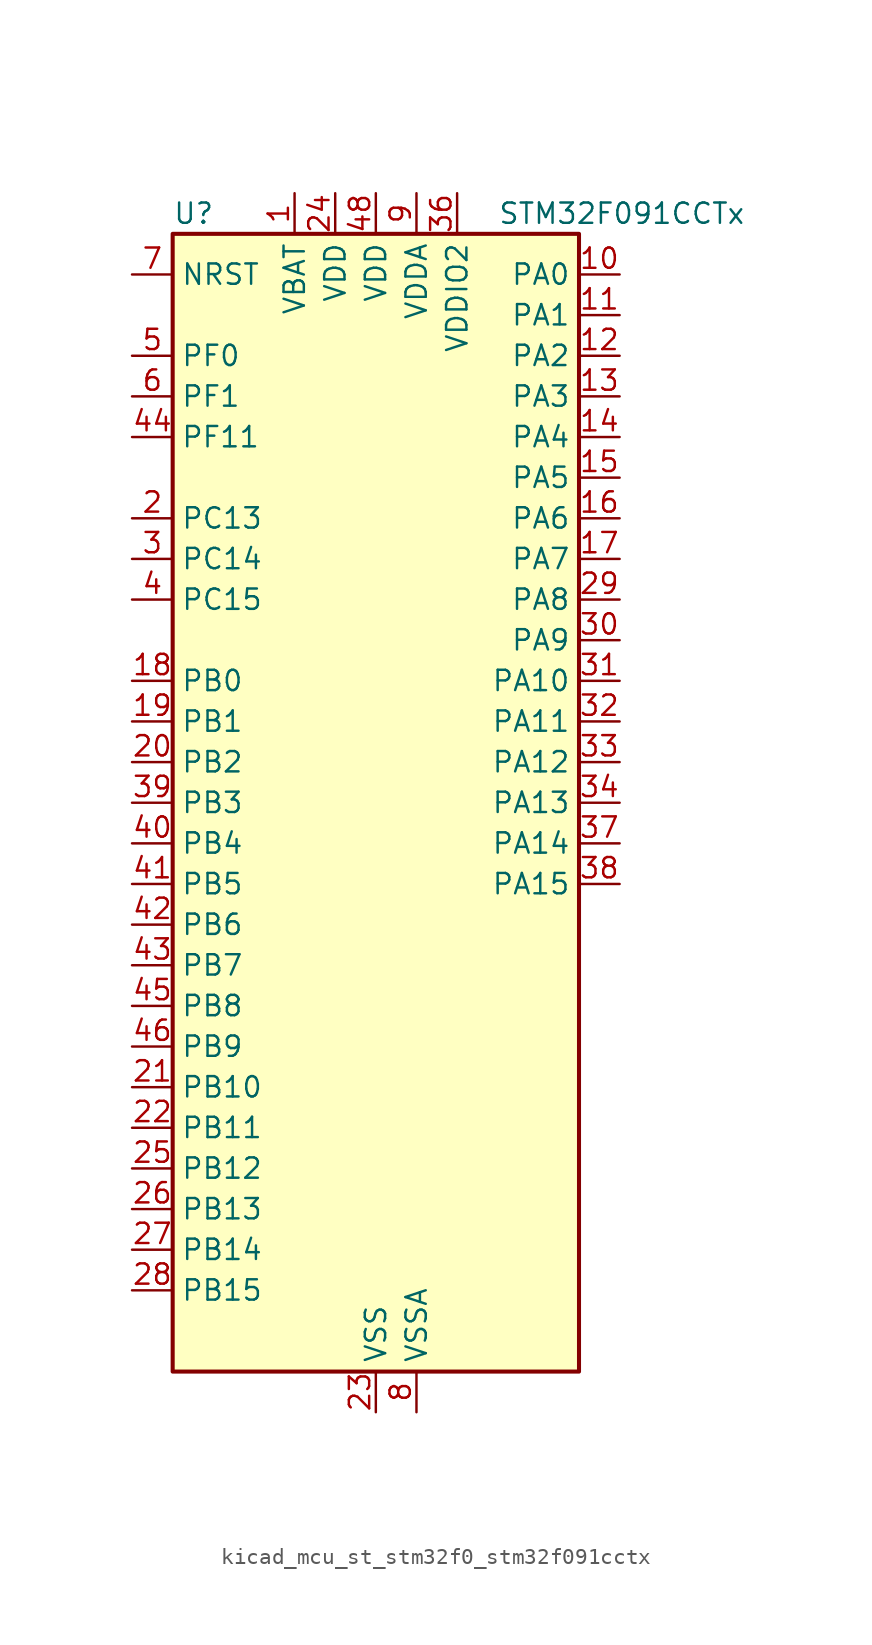
<source format=kicad_sym>
(kicad_symbol_lib
  (version 20220914)
  (generator kicad_symbol_editor)
  (symbol "kicad_mcu_st_stm32f0_stm32f091cctx"
    (property "Reference" "U"
      (at -12.7 36.83 0)
      (effects (font (size 1.27 1.27)) (justify left)))
    (property "Value" "STM32F091CCTx"
      (at 7.62 36.83 0)
      (effects (font (size 1.27 1.27)) (justify left)))
    (property "ki_locked" ""
      (at 0 0 0)
      (effects (font (size 1.27 1.27))))
    (symbol "kicad_mcu_st_stm32f0_stm32f091cctx_0_1"
      (rectangle (start -12.7 -35.56) (end 12.7 35.56) (stroke (width 0.254) (type default)) (fill (type background))))
    (symbol "kicad_mcu_st_stm32f0_stm32f091cctx_1_1"
      (pin power_in line (at -5.08 38.1 270) (length 2.54) (name "VBAT" (effects (font (size 1.27 1.27)))) (number "1" (effects (font (size 1.27 1.27)))))
      (pin bidirectional line (at 15.24 33.02 180) (length 2.54) (name "PA0" (effects (font (size 1.27 1.27)))) (number "10" (effects (font (size 1.27 1.27)))) (alternate "ADC_IN0" bidirectional line) (alternate "COMP1_INM" bidirectional line) (alternate "COMP1_OUT" bidirectional line) (alternate "RTC_TAMP2" bidirectional line) (alternate "SYS_WKUP1" bidirectional line) (alternate "TIM2_CH1" bidirectional line) (alternate "TIM2_ETR" bidirectional line) (alternate "TSC_G1_IO1" bidirectional line) (alternate "USART2_CTS" bidirectional line) (alternate "USART4_TX" bidirectional line))
      (pin bidirectional line (at 15.24 30.48 180) (length 2.54) (name "PA1" (effects (font (size 1.27 1.27)))) (number "11" (effects (font (size 1.27 1.27)))) (alternate "ADC_IN1" bidirectional line) (alternate "COMP1_INP" bidirectional line) (alternate "TIM15_CH1N" bidirectional line) (alternate "TIM2_CH2" bidirectional line) (alternate "TSC_G1_IO2" bidirectional line) (alternate "USART2_DE" bidirectional line) (alternate "USART2_RTS" bidirectional line) (alternate "USART4_RX" bidirectional line))
      (pin bidirectional line (at 15.24 27.94 180) (length 2.54) (name "PA2" (effects (font (size 1.27 1.27)))) (number "12" (effects (font (size 1.27 1.27)))) (alternate "ADC_IN2" bidirectional line) (alternate "COMP2_INM" bidirectional line) (alternate "COMP2_OUT" bidirectional line) (alternate "SYS_WKUP4" bidirectional line) (alternate "TIM15_CH1" bidirectional line) (alternate "TIM2_CH3" bidirectional line) (alternate "TSC_G1_IO3" bidirectional line) (alternate "USART2_TX" bidirectional line))
      (pin bidirectional line (at 15.24 25.4 180) (length 2.54) (name "PA3" (effects (font (size 1.27 1.27)))) (number "13" (effects (font (size 1.27 1.27)))) (alternate "ADC_IN3" bidirectional line) (alternate "COMP2_INP" bidirectional line) (alternate "TIM15_CH2" bidirectional line) (alternate "TIM2_CH4" bidirectional line) (alternate "TSC_G1_IO4" bidirectional line) (alternate "USART2_RX" bidirectional line))
      (pin bidirectional line (at 15.24 22.86 180) (length 2.54) (name "PA4" (effects (font (size 1.27 1.27)))) (number "14" (effects (font (size 1.27 1.27)))) (alternate "ADC_IN4" bidirectional line) (alternate "COMP1_INM" bidirectional line) (alternate "COMP2_INM" bidirectional line) (alternate "DAC_OUT1" bidirectional line) (alternate "I2S1_WS" bidirectional line) (alternate "SPI1_NSS" bidirectional line) (alternate "TIM14_CH1" bidirectional line) (alternate "TSC_G2_IO1" bidirectional line) (alternate "USART2_CK" bidirectional line) (alternate "USART6_TX" bidirectional line))
      (pin bidirectional line (at 15.24 20.32 180) (length 2.54) (name "PA5" (effects (font (size 1.27 1.27)))) (number "15" (effects (font (size 1.27 1.27)))) (alternate "ADC_IN5" bidirectional line) (alternate "CEC" bidirectional line) (alternate "COMP1_INM" bidirectional line) (alternate "COMP2_INM" bidirectional line) (alternate "DAC_OUT2" bidirectional line) (alternate "I2S1_CK" bidirectional line) (alternate "SPI1_SCK" bidirectional line) (alternate "TIM2_CH1" bidirectional line) (alternate "TIM2_ETR" bidirectional line) (alternate "TSC_G2_IO2" bidirectional line) (alternate "USART6_RX" bidirectional line))
      (pin bidirectional line (at 15.24 17.78 180) (length 2.54) (name "PA6" (effects (font (size 1.27 1.27)))) (number "16" (effects (font (size 1.27 1.27)))) (alternate "ADC_IN6" bidirectional line) (alternate "COMP1_OUT" bidirectional line) (alternate "I2S1_MCK" bidirectional line) (alternate "SPI1_MISO" bidirectional line) (alternate "TIM16_CH1" bidirectional line) (alternate "TIM1_BKIN" bidirectional line) (alternate "TIM3_CH1" bidirectional line) (alternate "TSC_G2_IO3" bidirectional line) (alternate "USART3_CTS" bidirectional line))
      (pin bidirectional line (at 15.24 15.24 180) (length 2.54) (name "PA7" (effects (font (size 1.27 1.27)))) (number "17" (effects (font (size 1.27 1.27)))) (alternate "ADC_IN7" bidirectional line) (alternate "COMP2_OUT" bidirectional line) (alternate "I2S1_SD" bidirectional line) (alternate "SPI1_MOSI" bidirectional line) (alternate "TIM14_CH1" bidirectional line) (alternate "TIM17_CH1" bidirectional line) (alternate "TIM1_CH1N" bidirectional line) (alternate "TIM3_CH2" bidirectional line) (alternate "TSC_G2_IO4" bidirectional line))
      (pin bidirectional line (at -15.24 7.62 0) (length 2.54) (name "PB0" (effects (font (size 1.27 1.27)))) (number "18" (effects (font (size 1.27 1.27)))) (alternate "ADC_IN8" bidirectional line) (alternate "TIM1_CH2N" bidirectional line) (alternate "TIM3_CH3" bidirectional line) (alternate "TSC_G3_IO2" bidirectional line) (alternate "USART3_CK" bidirectional line))
      (pin bidirectional line (at -15.24 5.08 0) (length 2.54) (name "PB1" (effects (font (size 1.27 1.27)))) (number "19" (effects (font (size 1.27 1.27)))) (alternate "ADC_IN9" bidirectional line) (alternate "TIM14_CH1" bidirectional line) (alternate "TIM1_CH3N" bidirectional line) (alternate "TIM3_CH4" bidirectional line) (alternate "TSC_G3_IO3" bidirectional line) (alternate "USART3_DE" bidirectional line) (alternate "USART3_RTS" bidirectional line))
      (pin bidirectional line (at -15.24 17.78 0) (length 2.54) (name "PC13" (effects (font (size 1.27 1.27)))) (number "2" (effects (font (size 1.27 1.27)))) (alternate "RTC_OUT_ALARM" bidirectional line) (alternate "RTC_OUT_CALIB" bidirectional line) (alternate "RTC_TAMP1" bidirectional line) (alternate "RTC_TS" bidirectional line) (alternate "SYS_WKUP2" bidirectional line))
      (pin bidirectional line (at -15.24 2.54 0) (length 2.54) (name "PB2" (effects (font (size 1.27 1.27)))) (number "20" (effects (font (size 1.27 1.27)))) (alternate "TSC_G3_IO4" bidirectional line))
      (pin bidirectional line (at -15.24 -17.78 0) (length 2.54) (name "PB10" (effects (font (size 1.27 1.27)))) (number "21" (effects (font (size 1.27 1.27)))) (alternate "CEC" bidirectional line) (alternate "I2C2_SCL" bidirectional line) (alternate "I2S2_CK" bidirectional line) (alternate "SPI2_SCK" bidirectional line) (alternate "TIM2_CH3" bidirectional line) (alternate "TSC_SYNC" bidirectional line) (alternate "USART3_TX" bidirectional line))
      (pin bidirectional line (at -15.24 -20.32 0) (length 2.54) (name "PB11" (effects (font (size 1.27 1.27)))) (number "22" (effects (font (size 1.27 1.27)))) (alternate "I2C2_SDA" bidirectional line) (alternate "TIM2_CH4" bidirectional line) (alternate "TSC_G6_IO1" bidirectional line) (alternate "USART3_RX" bidirectional line))
      (pin power_in line (at 0 -38.1 90) (length 2.54) (name "VSS" (effects (font (size 1.27 1.27)))) (number "23" (effects (font (size 1.27 1.27)))))
      (pin power_in line (at -2.54 38.1 270) (length 2.54) (name "VDD" (effects (font (size 1.27 1.27)))) (number "24" (effects (font (size 1.27 1.27)))))
      (pin bidirectional line (at -15.24 -22.86 0) (length 2.54) (name "PB12" (effects (font (size 1.27 1.27)))) (number "25" (effects (font (size 1.27 1.27)))) (alternate "I2S2_WS" bidirectional line) (alternate "SPI2_NSS" bidirectional line) (alternate "TIM15_BKIN" bidirectional line) (alternate "TIM1_BKIN" bidirectional line) (alternate "TSC_G6_IO2" bidirectional line) (alternate "USART3_CK" bidirectional line))
      (pin bidirectional line (at -15.24 -25.4 0) (length 2.54) (name "PB13" (effects (font (size 1.27 1.27)))) (number "26" (effects (font (size 1.27 1.27)))) (alternate "I2C2_SCL" bidirectional line) (alternate "I2S2_CK" bidirectional line) (alternate "SPI2_SCK" bidirectional line) (alternate "TIM1_CH1N" bidirectional line) (alternate "TSC_G6_IO3" bidirectional line) (alternate "USART3_CTS" bidirectional line))
      (pin bidirectional line (at -15.24 -27.94 0) (length 2.54) (name "PB14" (effects (font (size 1.27 1.27)))) (number "27" (effects (font (size 1.27 1.27)))) (alternate "I2C2_SDA" bidirectional line) (alternate "I2S2_MCK" bidirectional line) (alternate "SPI2_MISO" bidirectional line) (alternate "TIM15_CH1" bidirectional line) (alternate "TIM1_CH2N" bidirectional line) (alternate "TSC_G6_IO4" bidirectional line) (alternate "USART3_DE" bidirectional line) (alternate "USART3_RTS" bidirectional line))
      (pin bidirectional line (at -15.24 -30.48 0) (length 2.54) (name "PB15" (effects (font (size 1.27 1.27)))) (number "28" (effects (font (size 1.27 1.27)))) (alternate "I2S2_SD" bidirectional line) (alternate "RTC_REFIN" bidirectional line) (alternate "SPI2_MOSI" bidirectional line) (alternate "SYS_WKUP7" bidirectional line) (alternate "TIM15_CH1N" bidirectional line) (alternate "TIM15_CH2" bidirectional line) (alternate "TIM1_CH3N" bidirectional line))
      (pin bidirectional line (at 15.24 12.7 180) (length 2.54) (name "PA8" (effects (font (size 1.27 1.27)))) (number "29" (effects (font (size 1.27 1.27)))) (alternate "CRS_SYNC" bidirectional line) (alternate "RCC_MCO" bidirectional line) (alternate "TIM1_CH1" bidirectional line) (alternate "USART1_CK" bidirectional line))
      (pin bidirectional line (at -15.24 15.24 0) (length 2.54) (name "PC14" (effects (font (size 1.27 1.27)))) (number "3" (effects (font (size 1.27 1.27)))) (alternate "RCC_OSC32_IN" bidirectional line))
      (pin bidirectional line (at 15.24 10.16 180) (length 2.54) (name "PA9" (effects (font (size 1.27 1.27)))) (number "30" (effects (font (size 1.27 1.27)))) (alternate "DAC_EXTI9" bidirectional line) (alternate "I2C1_SCL" bidirectional line) (alternate "RCC_MCO" bidirectional line) (alternate "TIM15_BKIN" bidirectional line) (alternate "TIM1_CH2" bidirectional line) (alternate "TSC_G4_IO1" bidirectional line) (alternate "USART1_TX" bidirectional line))
      (pin bidirectional line (at 15.24 7.62 180) (length 2.54) (name "PA10" (effects (font (size 1.27 1.27)))) (number "31" (effects (font (size 1.27 1.27)))) (alternate "I2C1_SDA" bidirectional line) (alternate "TIM17_BKIN" bidirectional line) (alternate "TIM1_CH3" bidirectional line) (alternate "TSC_G4_IO2" bidirectional line) (alternate "USART1_RX" bidirectional line))
      (pin bidirectional line (at 15.24 5.08 180) (length 2.54) (name "PA11" (effects (font (size 1.27 1.27)))) (number "32" (effects (font (size 1.27 1.27)))) (alternate "CAN_RX" bidirectional line) (alternate "COMP1_OUT" bidirectional line) (alternate "I2C2_SCL" bidirectional line) (alternate "TIM1_CH4" bidirectional line) (alternate "TSC_G4_IO3" bidirectional line) (alternate "USART1_CTS" bidirectional line))
      (pin bidirectional line (at 15.24 2.54 180) (length 2.54) (name "PA12" (effects (font (size 1.27 1.27)))) (number "33" (effects (font (size 1.27 1.27)))) (alternate "CAN_TX" bidirectional line) (alternate "COMP2_OUT" bidirectional line) (alternate "I2C2_SDA" bidirectional line) (alternate "TIM1_ETR" bidirectional line) (alternate "TSC_G4_IO4" bidirectional line) (alternate "USART1_DE" bidirectional line) (alternate "USART1_RTS" bidirectional line))
      (pin bidirectional line (at 15.24 0 180) (length 2.54) (name "PA13" (effects (font (size 1.27 1.27)))) (number "34" (effects (font (size 1.27 1.27)))) (alternate "IR_OUT" bidirectional line) (alternate "SYS_SWDIO" bidirectional line))
      (pin passive line (at 0 -38.1 90) (length 2.54) hide (name "VSS" (effects (font (size 1.27 1.27)))) (number "35" (effects (font (size 1.27 1.27)))))
      (pin power_in line (at 5.08 38.1 270) (length 2.54) (name "VDDIO2" (effects (font (size 1.27 1.27)))) (number "36" (effects (font (size 1.27 1.27)))))
      (pin bidirectional line (at 15.24 -2.54 180) (length 2.54) (name "PA14" (effects (font (size 1.27 1.27)))) (number "37" (effects (font (size 1.27 1.27)))) (alternate "SYS_SWCLK" bidirectional line) (alternate "USART2_TX" bidirectional line))
      (pin bidirectional line (at 15.24 -5.08 180) (length 2.54) (name "PA15" (effects (font (size 1.27 1.27)))) (number "38" (effects (font (size 1.27 1.27)))) (alternate "I2S1_WS" bidirectional line) (alternate "SPI1_NSS" bidirectional line) (alternate "TIM2_CH1" bidirectional line) (alternate "TIM2_ETR" bidirectional line) (alternate "USART2_RX" bidirectional line) (alternate "USART4_DE" bidirectional line) (alternate "USART4_RTS" bidirectional line))
      (pin bidirectional line (at -15.24 0 0) (length 2.54) (name "PB3" (effects (font (size 1.27 1.27)))) (number "39" (effects (font (size 1.27 1.27)))) (alternate "I2S1_CK" bidirectional line) (alternate "SPI1_SCK" bidirectional line) (alternate "TIM2_CH2" bidirectional line) (alternate "TSC_G5_IO1" bidirectional line) (alternate "USART5_TX" bidirectional line))
      (pin bidirectional line (at -15.24 12.7 0) (length 2.54) (name "PC15" (effects (font (size 1.27 1.27)))) (number "4" (effects (font (size 1.27 1.27)))) (alternate "RCC_OSC32_OUT" bidirectional line))
      (pin bidirectional line (at -15.24 -2.54 0) (length 2.54) (name "PB4" (effects (font (size 1.27 1.27)))) (number "40" (effects (font (size 1.27 1.27)))) (alternate "I2S1_MCK" bidirectional line) (alternate "SPI1_MISO" bidirectional line) (alternate "TIM17_BKIN" bidirectional line) (alternate "TIM3_CH1" bidirectional line) (alternate "TSC_G5_IO2" bidirectional line) (alternate "USART5_RX" bidirectional line))
      (pin bidirectional line (at -15.24 -5.08 0) (length 2.54) (name "PB5" (effects (font (size 1.27 1.27)))) (number "41" (effects (font (size 1.27 1.27)))) (alternate "I2C1_SMBA" bidirectional line) (alternate "I2S1_SD" bidirectional line) (alternate "SPI1_MOSI" bidirectional line) (alternate "SYS_WKUP6" bidirectional line) (alternate "TIM16_BKIN" bidirectional line) (alternate "TIM3_CH2" bidirectional line) (alternate "USART5_CK" bidirectional line) (alternate "USART5_DE" bidirectional line) (alternate "USART5_RTS" bidirectional line))
      (pin bidirectional line (at -15.24 -7.62 0) (length 2.54) (name "PB6" (effects (font (size 1.27 1.27)))) (number "42" (effects (font (size 1.27 1.27)))) (alternate "I2C1_SCL" bidirectional line) (alternate "TIM16_CH1N" bidirectional line) (alternate "TSC_G5_IO3" bidirectional line) (alternate "USART1_TX" bidirectional line))
      (pin bidirectional line (at -15.24 -10.16 0) (length 2.54) (name "PB7" (effects (font (size 1.27 1.27)))) (number "43" (effects (font (size 1.27 1.27)))) (alternate "I2C1_SDA" bidirectional line) (alternate "TIM17_CH1N" bidirectional line) (alternate "TSC_G5_IO4" bidirectional line) (alternate "USART1_RX" bidirectional line) (alternate "USART4_CTS" bidirectional line))
      (pin bidirectional line (at -15.24 22.86 0) (length 2.54) (name "PF11" (effects (font (size 1.27 1.27)))) (number "44" (effects (font (size 1.27 1.27)))))
      (pin bidirectional line (at -15.24 -12.7 0) (length 2.54) (name "PB8" (effects (font (size 1.27 1.27)))) (number "45" (effects (font (size 1.27 1.27)))) (alternate "CAN_RX" bidirectional line) (alternate "CEC" bidirectional line) (alternate "I2C1_SCL" bidirectional line) (alternate "TIM16_CH1" bidirectional line) (alternate "TSC_SYNC" bidirectional line))
      (pin bidirectional line (at -15.24 -15.24 0) (length 2.54) (name "PB9" (effects (font (size 1.27 1.27)))) (number "46" (effects (font (size 1.27 1.27)))) (alternate "CAN_TX" bidirectional line) (alternate "DAC_EXTI9" bidirectional line) (alternate "I2C1_SDA" bidirectional line) (alternate "I2S2_WS" bidirectional line) (alternate "IR_OUT" bidirectional line) (alternate "SPI2_NSS" bidirectional line) (alternate "TIM17_CH1" bidirectional line))
      (pin passive line (at 0 -38.1 90) (length 2.54) hide (name "VSS" (effects (font (size 1.27 1.27)))) (number "47" (effects (font (size 1.27 1.27)))))
      (pin power_in line (at 0 38.1 270) (length 2.54) (name "VDD" (effects (font (size 1.27 1.27)))) (number "48" (effects (font (size 1.27 1.27)))))
      (pin bidirectional line (at -15.24 27.94 0) (length 2.54) (name "PF0" (effects (font (size 1.27 1.27)))) (number "5" (effects (font (size 1.27 1.27)))) (alternate "CRS_SYNC" bidirectional line) (alternate "I2C1_SDA" bidirectional line) (alternate "RCC_OSC_IN" bidirectional line))
      (pin bidirectional line (at -15.24 25.4 0) (length 2.54) (name "PF1" (effects (font (size 1.27 1.27)))) (number "6" (effects (font (size 1.27 1.27)))) (alternate "I2C1_SCL" bidirectional line) (alternate "RCC_OSC_OUT" bidirectional line))
      (pin input line (at -15.24 33.02 0) (length 2.54) (name "NRST" (effects (font (size 1.27 1.27)))) (number "7" (effects (font (size 1.27 1.27)))))
      (pin power_in line (at 2.54 -38.1 90) (length 2.54) (name "VSSA" (effects (font (size 1.27 1.27)))) (number "8" (effects (font (size 1.27 1.27)))))
      (pin power_in line (at 2.54 38.1 270) (length 2.54) (name "VDDA" (effects (font (size 1.27 1.27)))) (number "9" (effects (font (size 1.27 1.27))))))))
</source>
